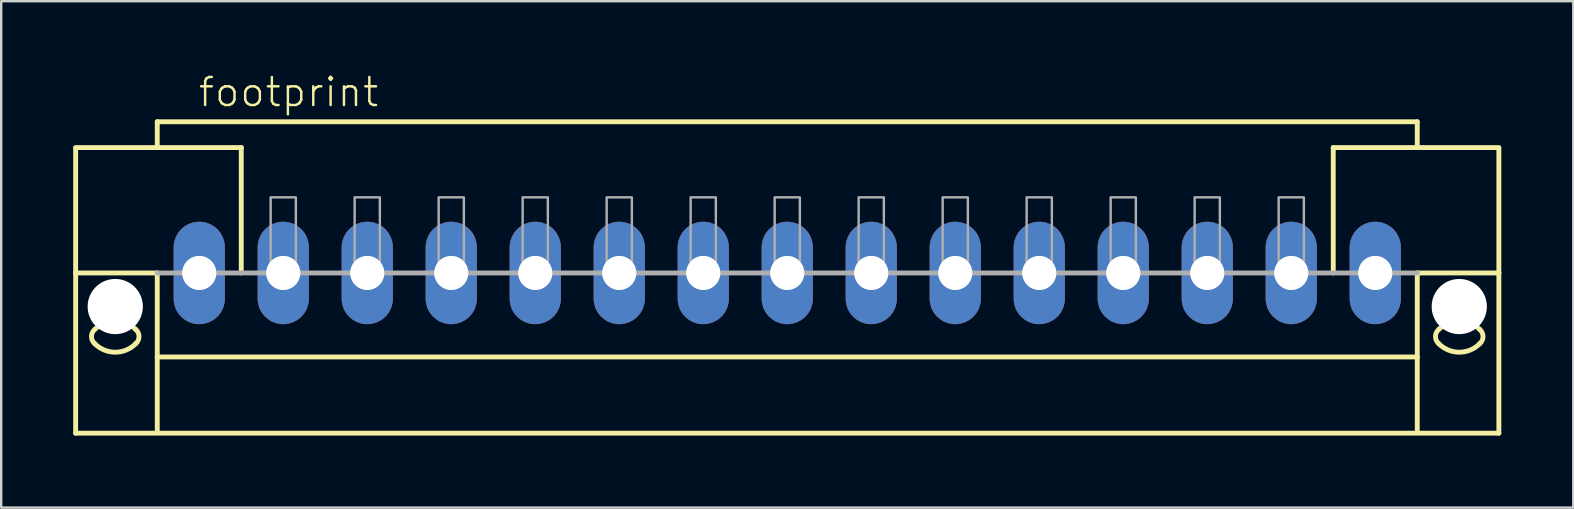
<source format=kicad_pcb>
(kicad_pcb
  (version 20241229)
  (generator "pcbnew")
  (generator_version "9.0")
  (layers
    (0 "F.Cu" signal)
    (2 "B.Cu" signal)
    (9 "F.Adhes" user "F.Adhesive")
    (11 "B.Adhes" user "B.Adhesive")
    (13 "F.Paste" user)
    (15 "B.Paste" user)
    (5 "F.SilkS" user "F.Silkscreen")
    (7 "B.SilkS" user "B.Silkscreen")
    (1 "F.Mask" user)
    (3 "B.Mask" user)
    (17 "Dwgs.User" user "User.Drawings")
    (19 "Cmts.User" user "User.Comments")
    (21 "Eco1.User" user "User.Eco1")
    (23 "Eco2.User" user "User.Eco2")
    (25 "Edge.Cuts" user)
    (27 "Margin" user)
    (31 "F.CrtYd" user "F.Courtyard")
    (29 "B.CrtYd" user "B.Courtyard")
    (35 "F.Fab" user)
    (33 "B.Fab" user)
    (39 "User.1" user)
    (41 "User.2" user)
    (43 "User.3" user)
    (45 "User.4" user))
  (footprint "footprint"
    (layer "F.Cu")
    (at 29.752 8.323)
    (property "Reference" "footprint" (at -24.6 -6.85 0) (layer "F.SilkS") (effects (font (size 1.168 1.168) (thickness 0.102)) (justify left bottom)))
    (fp_line (start -29.65 -5.225) (end -22.75 -5.225) (stroke (width 0.203) (type solid)) (layer "F.SilkS"))
    (fp_line (start -29.65 -5.2) (end -29.65 0) (stroke (width 0.203) (type solid)) (layer "F.SilkS"))
    (fp_line (start -29.65 0) (end -29.65 6.675) (stroke (width 0.203) (type solid)) (layer "F.SilkS"))
    (fp_line (start -29.65 0) (end -26.25 0) (stroke (width 0.203) (type solid)) (layer "F.SilkS"))
    (fp_line (start -29.65 6.675) (end 29.65 6.675) (stroke (width 0.203) (type solid)) (layer "F.SilkS"))
    (fp_line (start -26.25 -6.3) (end 26.25 -6.3) (stroke (width 0.203) (type solid)) (layer "F.SilkS"))
    (fp_line (start -26.25 -5.3) (end -26.25 -6.3) (stroke (width 0.203) (type solid)) (layer "F.SilkS"))
    (fp_line (start -26.25 0) (end -26.25 3.5) (stroke (width 0.203) (type solid)) (layer "F.SilkS"))
    (fp_line (start -26.25 3.5) (end 26.25 3.5) (stroke (width 0.203) (type solid)) (layer "F.SilkS"))
    (fp_line (start -26.25 6.65) (end -26.25 3.5) (stroke (width 0.203) (type solid)) (layer "F.SilkS"))
    (fp_line (start -22.75 -5.225) (end -22.75 -5.2) (stroke (width 0.203) (type solid)) (layer "F.SilkS"))
    (fp_line (start -22.75 -5.175) (end -22.75 0) (stroke (width 0.203) (type solid)) (layer "F.SilkS"))
    (fp_line (start 22.75 -5.225) (end 29.65 -5.225) (stroke (width 0.203) (type solid)) (layer "F.SilkS"))
    (fp_line (start 22.75 -5.2) (end 22.75 -5.225) (stroke (width 0.203) (type solid)) (layer "F.SilkS"))
    (fp_line (start 22.75 0) (end 22.75 -5.175) (stroke (width 0.203) (type solid)) (layer "F.SilkS"))
    (fp_line (start 26.25 -6.3) (end 26.25 -5.3) (stroke (width 0.203) (type solid)) (layer "F.SilkS"))
    (fp_line (start 26.25 3.5) (end 26.25 0) (stroke (width 0.203) (type solid)) (layer "F.SilkS"))
    (fp_line (start 26.25 6.65) (end 26.25 3.5) (stroke (width 0.203) (type solid)) (layer "F.SilkS"))
    (fp_line (start 29.65 0) (end 26.25 0) (stroke (width 0.203) (type solid)) (layer "F.SilkS"))
    (fp_line (start 29.65 0) (end 29.65 -5.2) (stroke (width 0.203) (type solid)) (layer "F.SilkS"))
    (fp_line (start 29.65 6.675) (end 29.65 0) (stroke (width 0.203) (type solid)) (layer "F.SilkS"))
    (fp_arc (start -28.85 2.35) (mid -28 1.997918) (end -27.15 2.35) (stroke (width 0.2032) (type solid)) (layer "F.SilkS"))
    (fp_arc (start -28.85 2.95) (mid -28.990512 2.65) (end -28.85 2.35) (stroke (width 0.2032) (type solid)) (layer "F.SilkS"))
    (fp_arc (start -27.15 2.95) (mid -28 3.302082) (end -28.85 2.95) (stroke (width 0.2032) (type solid)) (layer "F.SilkS"))
    (fp_arc (start -27.149999 2.350001) (mid -27.009487 2.650001) (end -27.15 2.95) (stroke (width 0.2032) (type solid)) (layer "F.SilkS"))
    (fp_arc (start 27.149999 2.949999) (mid 27.009487 2.649999) (end 27.15 2.35) (stroke (width 0.2032) (type solid)) (layer "F.SilkS"))
    (fp_arc (start 27.15 2.35) (mid 28 1.997918) (end 28.85 2.35) (stroke (width 0.2032) (type solid)) (layer "F.SilkS"))
    (fp_arc (start 28.85 2.35) (mid 28.990512 2.65) (end 28.85 2.95) (stroke (width 0.2032) (type solid)) (layer "F.SilkS"))
    (fp_arc (start 28.85 2.95) (mid 28 3.302082) (end 27.15 2.95) (stroke (width 0.2032) (type solid)) (layer "F.SilkS"))
    (fp_line (start 26.25 0) (end -26.25 0) (stroke (width 0.203) (type solid)) (layer "F.Fab"))
    (fp_poly (pts (xy -21.525 0) (xy -20.475 0) (xy -20.475 -3.15) (xy -21.525 -3.15)) (stroke (width 0.1) (type solid)) (fill no) (layer "F.Fab"))
    (fp_poly (pts (xy -18.025 0) (xy -16.975 0) (xy -16.975 -3.15) (xy -18.025 -3.15)) (stroke (width 0.1) (type solid)) (fill no) (layer "F.Fab"))
    (fp_poly (pts (xy -14.525 0) (xy -13.475 0) (xy -13.475 -3.15) (xy -14.525 -3.15)) (stroke (width 0.1) (type solid)) (fill no) (layer "F.Fab"))
    (fp_poly (pts (xy -11.025 0) (xy -9.975 0) (xy -9.975 -3.15) (xy -11.025 -3.15)) (stroke (width 0.1) (type solid)) (fill no) (layer "F.Fab"))
    (fp_poly (pts (xy -7.525 0) (xy -6.475 0) (xy -6.475 -3.15) (xy -7.525 -3.15)) (stroke (width 0.1) (type solid)) (fill no) (layer "F.Fab"))
    (fp_poly (pts (xy -4.025 0) (xy -2.975 0) (xy -2.975 -3.15) (xy -4.025 -3.15)) (stroke (width 0.1) (type solid)) (fill no) (layer "F.Fab"))
    (fp_poly (pts (xy -0.525 0) (xy 0.525 0) (xy 0.525 -3.15) (xy -0.525 -3.15)) (stroke (width 0.1) (type solid)) (fill no) (layer "F.Fab"))
    (fp_poly (pts (xy 2.975 0) (xy 4.025 0) (xy 4.025 -3.15) (xy 2.975 -3.15)) (stroke (width 0.1) (type solid)) (fill no) (layer "F.Fab"))
    (fp_poly (pts (xy 6.475 0) (xy 7.525 0) (xy 7.525 -3.15) (xy 6.475 -3.15)) (stroke (width 0.1) (type solid)) (fill no) (layer "F.Fab"))
    (fp_poly (pts (xy 9.975 0) (xy 11.025 0) (xy 11.025 -3.15) (xy 9.975 -3.15)) (stroke (width 0.1) (type solid)) (fill no) (layer "F.Fab"))
    (fp_poly (pts (xy 13.475 0) (xy 14.525 0) (xy 14.525 -3.15) (xy 13.475 -3.15)) (stroke (width 0.1) (type solid)) (fill no) (layer "F.Fab"))
    (fp_poly (pts (xy 16.975 0) (xy 18.025 0) (xy 18.025 -3.15) (xy 16.975 -3.15)) (stroke (width 0.1) (type solid)) (fill no) (layer "F.Fab"))
    (fp_poly (pts (xy 20.475 0) (xy 21.525 0) (xy 21.525 -3.15) (xy 20.475 -3.15)) (stroke (width 0.1) (type solid)) (fill no) (layer "F.Fab"))
    (pad "" np_thru_hole circle (at -28 1.4) (size 2.3 2.3) (drill 2.3) (layers "*.Cu" "*.Mask"))
    (pad "" np_thru_hole circle (at 28 1.4) (size 2.3 2.3) (drill 2.3) (layers "*.Cu" "*.Mask"))
    (pad "1" thru_hole oval (at -24.5 0 90) (size 4.267 2.134) (drill 1.422) (layers "*.Cu" "*.Mask"))
    (pad "2" thru_hole oval (at -21 0 90) (size 4.267 2.134) (drill 1.422) (layers "*.Cu" "*.Mask"))
    (pad "3" thru_hole oval (at -17.5 0 90) (size 4.267 2.134) (drill 1.422) (layers "*.Cu" "*.Mask"))
    (pad "4" thru_hole oval (at -14 0 90) (size 4.267 2.134) (drill 1.422) (layers "*.Cu" "*.Mask"))
    (pad "5" thru_hole oval (at -10.5 0 90) (size 4.267 2.134) (drill 1.422) (layers "*.Cu" "*.Mask"))
    (pad "6" thru_hole oval (at -7 0 90) (size 4.267 2.134) (drill 1.422) (layers "*.Cu" "*.Mask"))
    (pad "7" thru_hole oval (at -3.5 0 90) (size 4.267 2.134) (drill 1.422) (layers "*.Cu" "*.Mask"))
    (pad "8" thru_hole oval (at 0 0 90) (size 4.267 2.134) (drill 1.422) (layers "*.Cu" "*.Mask"))
    (pad "9" thru_hole oval (at 3.5 0 90) (size 4.267 2.134) (drill 1.422) (layers "*.Cu" "*.Mask"))
    (pad "10" thru_hole oval (at 7 0 90) (size 4.267 2.134) (drill 1.422) (layers "*.Cu" "*.Mask"))
    (pad "11" thru_hole oval (at 10.5 0 90) (size 4.267 2.134) (drill 1.422) (layers "*.Cu" "*.Mask"))
    (pad "12" thru_hole oval (at 14 0 90) (size 4.267 2.134) (drill 1.422) (layers "*.Cu" "*.Mask"))
    (pad "13" thru_hole oval (at 17.5 0 90) (size 4.267 2.134) (drill 1.422) (layers "*.Cu" "*.Mask"))
    (pad "14" thru_hole oval (at 21 0 90) (size 4.267 2.134) (drill 1.422) (layers "*.Cu" "*.Mask"))
    (pad "15" thru_hole oval (at 24.5 0 90) (size 4.267 2.134) (drill 1.422) (layers "*.Cu" "*.Mask")))
  (gr_rect
    (start -3 -3)
    (end 62.503 18.1)
    (stroke (width 0.1) (type default))
    (fill no)
    (layer "Edge.Cuts")))
</source>
